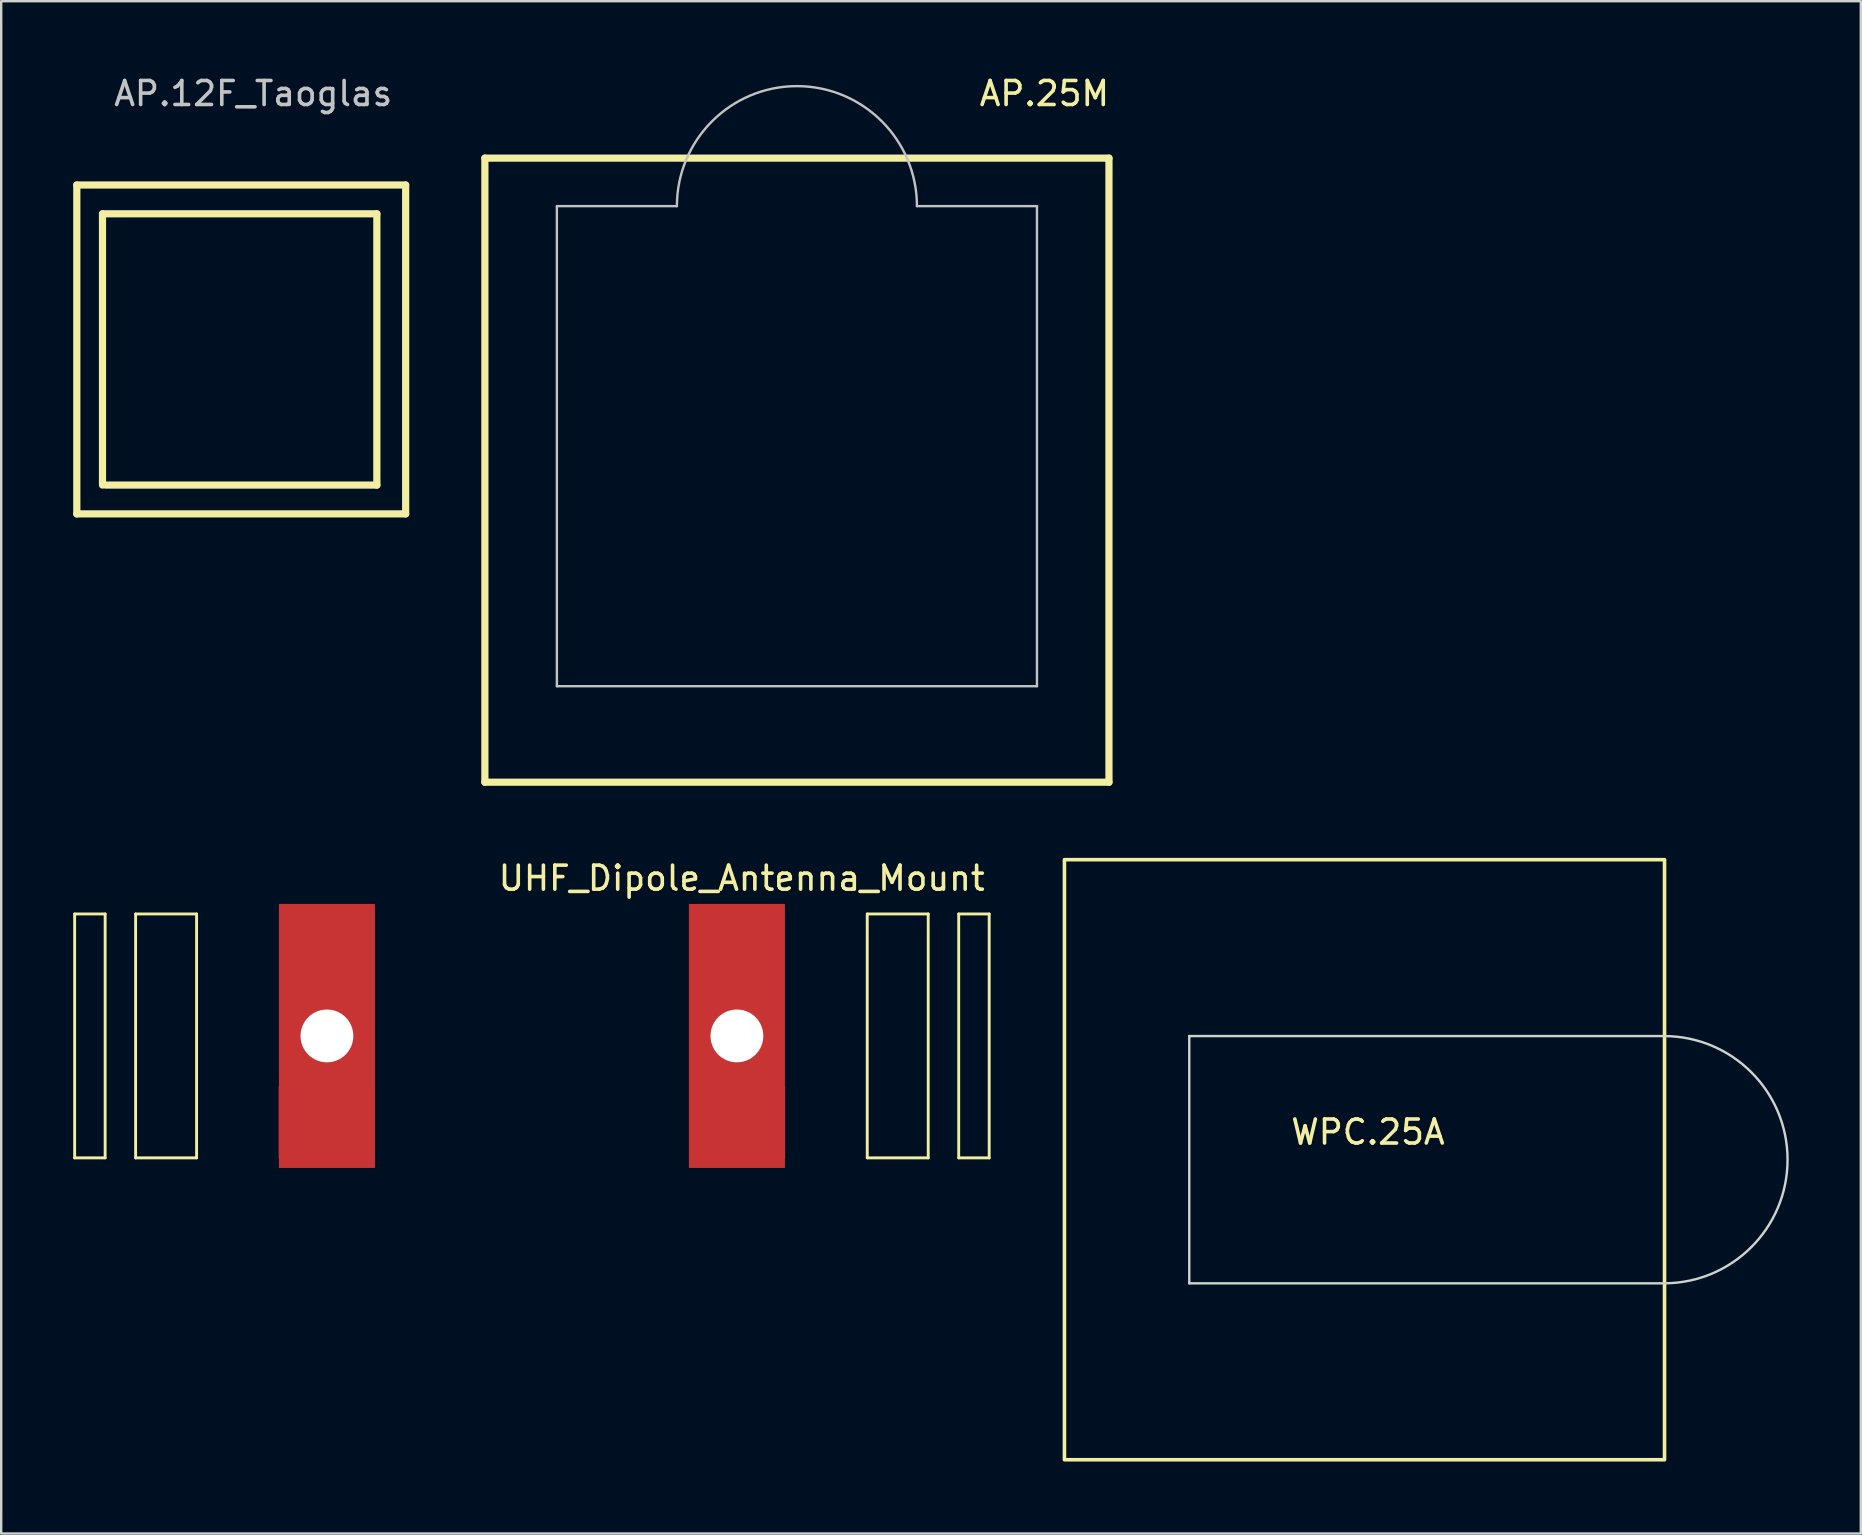
<source format=kicad_pcb>
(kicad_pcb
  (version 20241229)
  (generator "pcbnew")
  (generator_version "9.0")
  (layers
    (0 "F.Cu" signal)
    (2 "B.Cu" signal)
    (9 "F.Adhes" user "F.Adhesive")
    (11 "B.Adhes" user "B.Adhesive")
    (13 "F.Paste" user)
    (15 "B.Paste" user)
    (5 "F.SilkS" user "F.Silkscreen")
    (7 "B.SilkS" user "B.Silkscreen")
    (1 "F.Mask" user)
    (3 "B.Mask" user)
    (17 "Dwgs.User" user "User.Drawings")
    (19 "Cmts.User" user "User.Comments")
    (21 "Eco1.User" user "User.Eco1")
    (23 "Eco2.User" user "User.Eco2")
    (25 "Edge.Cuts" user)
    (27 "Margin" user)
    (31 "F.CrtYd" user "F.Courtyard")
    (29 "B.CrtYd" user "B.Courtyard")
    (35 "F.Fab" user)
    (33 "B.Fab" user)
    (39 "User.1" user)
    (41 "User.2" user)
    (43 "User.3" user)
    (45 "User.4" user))
  (footprint "AP.12F_Taoglas"
    (layer "F.Cu")
    (at 7.5 3.388)
    (property "Reference" "AP.12F_Taoglas" (at 0 -2.54 0) (layer "Dwgs.User") (effects (font (size 1 1) (thickness 0.15))))
    (attr through_hole)
    (fp_line (start -7.35 1.27) (end 6.35 1.27) (stroke (width 0.3) (type solid)) (layer "F.SilkS"))
    (fp_line (start -7.35 14.97) (end -7.35 1.27) (stroke (width 0.3) (type solid)) (layer "F.SilkS"))
    (fp_line (start -7.35 14.97) (end 6.35 14.97) (stroke (width 0.3) (type solid)) (layer "F.SilkS"))
    (fp_line (start -6.28 2.47) (end 5.15 2.47) (stroke (width 0.3) (type solid)) (layer "F.SilkS"))
    (fp_line (start -6.28 13.77) (end -6.28 2.47) (stroke (width 0.3) (type solid)) (layer "F.SilkS"))
    (fp_line (start -6.15 13.77) (end 5.15 13.77) (stroke (width 0.3) (type solid)) (layer "F.SilkS"))
    (fp_line (start 5.15 13.77) (end 5.15 2.47) (stroke (width 0.3) (type solid)) (layer "F.SilkS"))
    (fp_line (start 6.35 14.97) (end 6.35 1.27) (stroke (width 0.3) (type solid)) (layer "F.SilkS")))
  (footprint "UHF_Dipole_Antenna_Mount"
    (layer "F.Cu")
    (at 19.11 38.837)
    (property "Reference" "UHF_Dipole_Antenna_Mount" (at 8.74 -5.3 0) (layer "F.SilkS") (effects (font (size 1 1) (thickness 0.15))))
    (attr smd)
    (fp_line (start -19.05 -3.81) (end -19.05 6.35) (stroke (width 0.12) (type solid)) (layer "F.SilkS"))
    (fp_line (start -19.05 6.35) (end -17.78 6.35) (stroke (width 0.12) (type solid)) (layer "F.SilkS"))
    (fp_line (start -17.78 -3.81) (end -19.05 -3.81) (stroke (width 0.12) (type solid)) (layer "F.SilkS"))
    (fp_line (start -17.78 6.35) (end -17.78 -3.81) (stroke (width 0.12) (type solid)) (layer "F.SilkS"))
    (fp_line (start -16.51 -3.81) (end -16.51 6.35) (stroke (width 0.12) (type solid)) (layer "F.SilkS"))
    (fp_line (start -16.51 6.35) (end -13.97 6.35) (stroke (width 0.12) (type solid)) (layer "F.SilkS"))
    (fp_line (start -13.97 -3.81) (end -16.51 -3.81) (stroke (width 0.12) (type solid)) (layer "F.SilkS"))
    (fp_line (start -13.97 -3.81) (end -13.97 6.35) (stroke (width 0.12) (type solid)) (layer "F.SilkS"))
    (fp_line (start 13.97 -3.81) (end 13.97 6.35) (stroke (width 0.12) (type solid)) (layer "F.SilkS"))
    (fp_line (start 13.97 6.35) (end 16.51 6.35) (stroke (width 0.12) (type solid)) (layer "F.SilkS"))
    (fp_line (start 16.51 -3.81) (end 13.97 -3.81) (stroke (width 0.12) (type solid)) (layer "F.SilkS"))
    (fp_line (start 16.51 6.35) (end 16.51 -3.81) (stroke (width 0.12) (type solid)) (layer "F.SilkS"))
    (fp_line (start 17.78 -3.81) (end 17.78 6.35) (stroke (width 0.12) (type solid)) (layer "F.SilkS"))
    (fp_line (start 17.78 6.35) (end 19.05 6.35) (stroke (width 0.12) (type solid)) (layer "F.SilkS"))
    (fp_line (start 19.05 -3.81) (end 17.78 -3.81) (stroke (width 0.12) (type solid)) (layer "F.SilkS"))
    (fp_line (start 19.05 -3.81) (end 19.05 6.35) (stroke (width 0.12) (type solid)) (layer "F.SilkS"))
    (pad "" np_thru_hole custom (at -8.54 1.27) (size 4 11) (drill 2.2) (layers "F.Cu" "F.Mask") (options (anchor rect)) (primitives))
    (pad "" np_thru_hole rect (at 8.54 1.27) (size 4 11) (drill 2.2) (layers "F.Cu" "F.Mask"))
    (pad "1" smd rect (at -8.55 4.87) (size 4 3) (layers "F.Cu" "F.Mask" "F.Paste"))
    (pad "2" smd rect (at 8.55 4.87) (size 4 3) (layers "F.Cu" "F.Mask" "F.Paste")))
  (footprint "AP.25M"
    (layer "F.Cu")
    (at 30.15 16.538)
    (property "Reference" "AP.25M" (at 10.31 -15.69 0) (unlocked yes) (layer "F.SilkS") (effects (font (size 1 1) (thickness 0.15))))
    (fp_line (start -13 -13) (end 13 -13) (stroke (width 0.3) (type default)) (layer "F.SilkS"))
    (fp_line (start -13 13) (end -13 -13) (stroke (width 0.3) (type default)) (layer "F.SilkS"))
    (fp_line (start -13 13) (end 13 13) (stroke (width 0.3) (type default)) (layer "F.SilkS"))
    (fp_line (start 13 -13) (end 13 13) (stroke (width 0.3) (type default)) (layer "F.SilkS"))
    (fp_line (start -10 9) (end -10 -11) (stroke (width 0.1) (type solid)) (layer "Dwgs.User"))
    (fp_line (start -10 9) (end 10 9) (stroke (width 0.1) (type default)) (layer "Dwgs.User"))
    (fp_line (start -5 -11) (end -10 -11) (stroke (width 0.1) (type solid)) (layer "Dwgs.User"))
    (fp_line (start 5 -11) (end 10 -11) (stroke (width 0.1) (type solid)) (layer "Dwgs.User"))
    (fp_line (start 10 -11) (end 10 9) (stroke (width 0.1) (type solid)) (layer "Dwgs.User"))
    (fp_arc (start -5 -11) (mid 0 -16) (end 5 -11) (stroke (width 0.1) (type solid)) (layer "Dwgs.User")))
  (footprint "WPC.25A"
    (layer "F.Cu")
    (at 53.795 45.263)
    (property "Reference" "WPC.25A" (at 0.145 -1.15 0) (unlocked yes) (layer "F.SilkS") (effects (font (size 1 1) (thickness 0.15))))
    (fp_rect (start -12.5 -12.5) (end 12.5 12.5) (stroke (width 0.15) (type default)) (fill no) (layer "F.SilkS"))
    (fp_line (start -7.3 -5.15) (end -7.3 5.15) (stroke (width 0.1) (type solid)) (layer "Edge.Cuts"))
    (fp_line (start -7.3 -5.15) (end 12.475 -5.15) (stroke (width 0.1) (type solid)) (layer "Edge.Cuts"))
    (fp_line (start -7.3 5.15) (end 12.475 5.15) (stroke (width 0.1) (type solid)) (layer "Edge.Cuts"))
    (fp_arc (start 12.475 -5.15) (mid 17.627054 0) (end 12.475 5.15) (stroke (width 0.1) (type solid)) (layer "Edge.Cuts"))
    (zone (net_name "") (layers "F.Cu" "B.Cu") (hatch edge 0.5) (connect_pads) (min_thickness 0.25) (filled_areas_thickness no) (keepout (tracks allowed) (vias allowed) (pads allowed) (copperpour not_allowed) (footprints allowed)) (placement (enabled no)) (fill) (polygon (pts (xy 41.295 32.763) (xy 66.295 32.763) (xy 66.295 57.763) (xy 41.295 57.763)))))
  (gr_rect
    (start -3 -3)
    (end 74.472 60.838)
    (stroke (width 0.1) (type default))
    (fill no)
    (layer "Edge.Cuts")))
</source>
